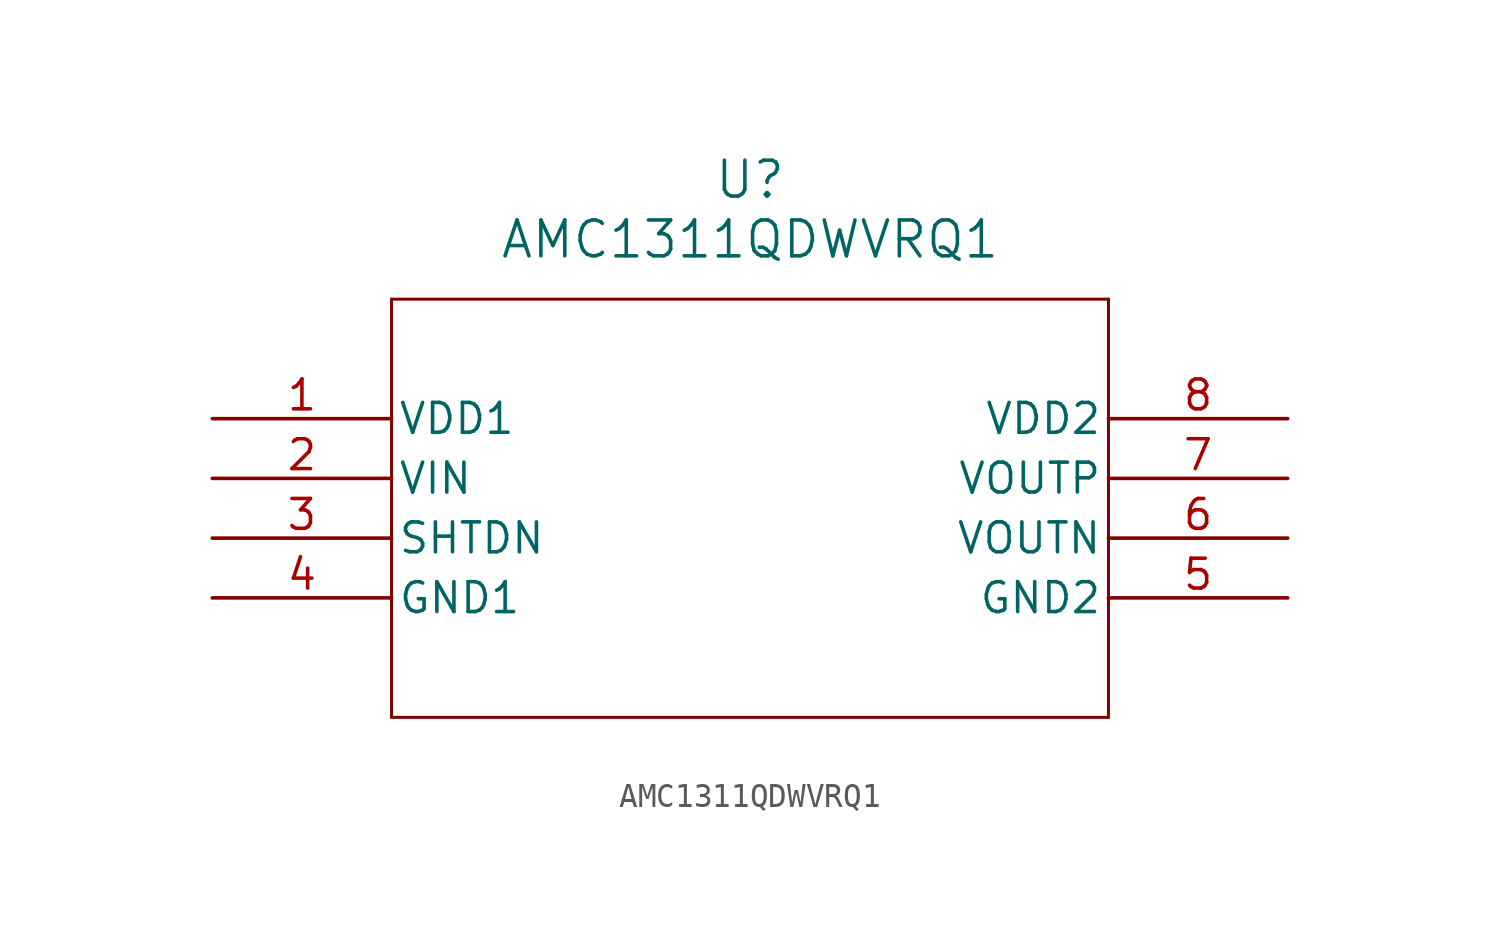
<source format=kicad_sym>
(kicad_symbol_lib
  (version 20211014)
  (generator kicad_symbol_editor)
  (symbol "AMC1311QDWVRQ1"
    (pin_names
      (offset 0.254))
    (property "Reference" "U"
      (at 22.86 10.16 0)
      (effects (font (size 1.524 1.524))))
    (property "Value" "AMC1311QDWVRQ1"
      (at 22.86 7.62 0)
      (effects (font (size 1.524 1.524))))
    (symbol "AMC1311QDWVRQ1_0_1"
      (polyline (pts (xy 7.62 5.08) (xy 7.62 -12.7)) (stroke (width 0.127) (type default) (color 0 0 0 0)) (fill (type none)))
      (polyline (pts (xy 7.62 -12.7) (xy 38.1 -12.7)) (stroke (width 0.127) (type default) (color 0 0 0 0)) (fill (type none)))
      (polyline (pts (xy 38.1 -12.7) (xy 38.1 5.08)) (stroke (width 0.127) (type default) (color 0 0 0 0)) (fill (type none)))
      (polyline (pts (xy 38.1 5.08) (xy 7.62 5.08)) (stroke (width 0.127) (type default) (color 0 0 0 0)) (fill (type none)))
      (pin power_in line (at 0 0 0) (length 7.62) (name "VDD1" (effects (font (size 1.27 1.27)))) (number "1" (effects (font (size 1.27 1.27)))))
      (pin input line (at 0 -2.54 0) (length 7.62) (name "VIN" (effects (font (size 1.27 1.27)))) (number "2" (effects (font (size 1.27 1.27)))))
      (pin input line (at 0 -5.08 0) (length 7.62) (name "SHTDN" (effects (font (size 1.27 1.27)))) (number "3" (effects (font (size 1.27 1.27)))))
      (pin power_in line (at 0 -7.62 0) (length 7.62) (name "GND1" (effects (font (size 1.27 1.27)))) (number "4" (effects (font (size 1.27 1.27)))))
      (pin power_in line (at 45.72 -7.62 180) (length 7.62) (name "GND2" (effects (font (size 1.27 1.27)))) (number "5" (effects (font (size 1.27 1.27)))))
      (pin output line (at 45.72 -5.08 180) (length 7.62) (name "VOUTN" (effects (font (size 1.27 1.27)))) (number "6" (effects (font (size 1.27 1.27)))))
      (pin output line (at 45.72 -2.54 180) (length 7.62) (name "VOUTP" (effects (font (size 1.27 1.27)))) (number "7" (effects (font (size 1.27 1.27)))))
      (pin power_in line (at 45.72 0 180) (length 7.62) (name "VDD2" (effects (font (size 1.27 1.27)))) (number "8" (effects (font (size 1.27 1.27))))))))
</source>
